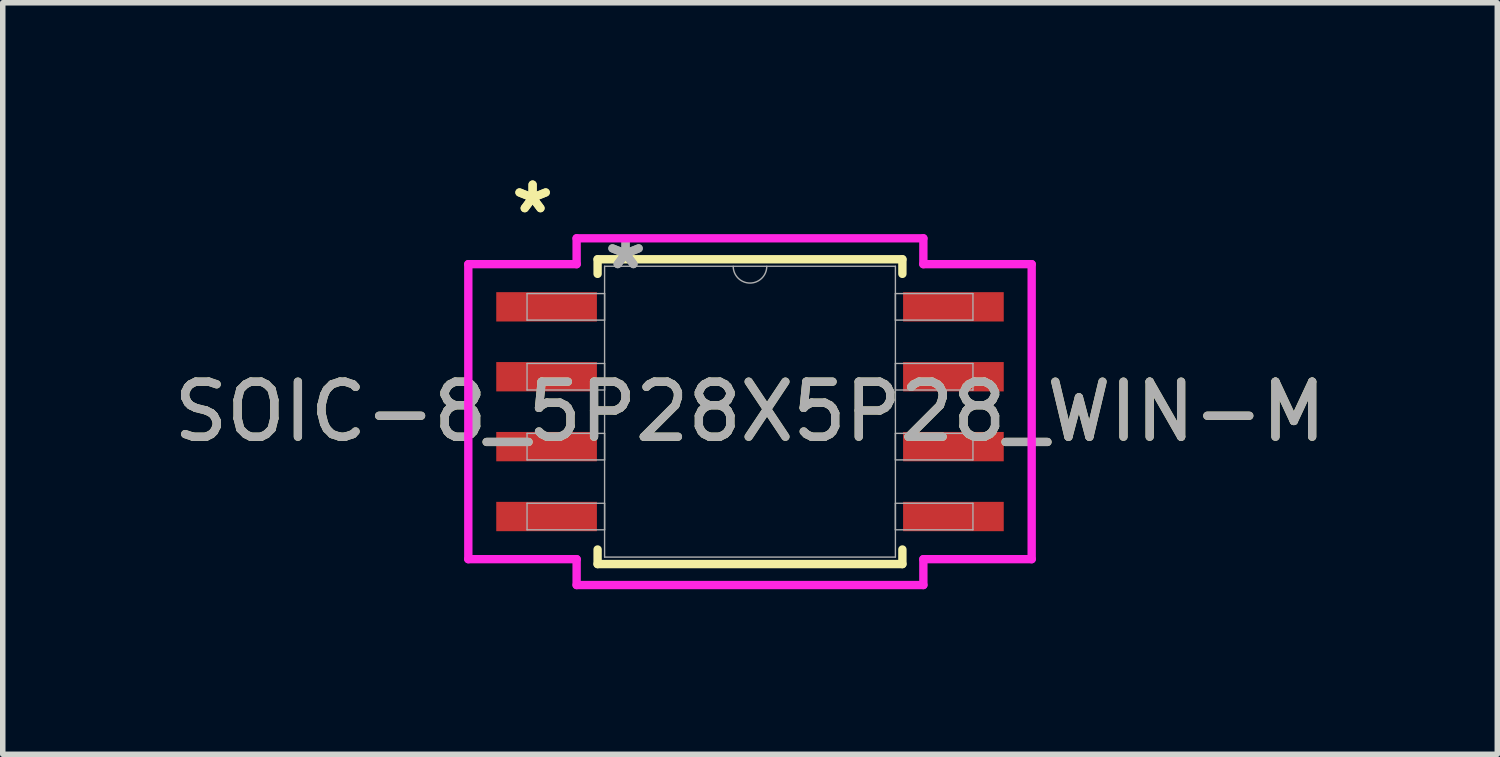
<source format=kicad_pcb>
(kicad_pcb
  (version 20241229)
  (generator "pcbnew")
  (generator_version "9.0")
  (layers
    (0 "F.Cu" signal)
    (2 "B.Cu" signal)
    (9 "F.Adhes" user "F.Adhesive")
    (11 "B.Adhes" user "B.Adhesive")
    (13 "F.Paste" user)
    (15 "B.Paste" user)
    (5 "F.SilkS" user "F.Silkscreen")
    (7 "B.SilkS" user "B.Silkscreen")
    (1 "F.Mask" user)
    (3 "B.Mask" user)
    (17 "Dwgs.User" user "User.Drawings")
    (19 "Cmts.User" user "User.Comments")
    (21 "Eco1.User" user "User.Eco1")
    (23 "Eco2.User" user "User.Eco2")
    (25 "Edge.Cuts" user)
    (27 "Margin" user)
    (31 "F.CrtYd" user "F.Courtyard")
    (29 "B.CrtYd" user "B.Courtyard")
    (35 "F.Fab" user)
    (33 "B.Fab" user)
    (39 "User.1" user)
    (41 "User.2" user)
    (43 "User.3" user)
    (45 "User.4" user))
  (footprint "SOIC-8_5P28X5P28_WIN-M"
    (layer "F.Cu")
    (at 10.577 4.43)
    (property "Reference" "SOIC-8_5P28X5P28_WIN-M" (at 0 0 0) (unlocked yes) (layer "F.SilkS") (effects (font (size 1 1) (thickness 0.15))))
    (attr smd)
    (fp_line (start -2.769 -2.769) (end -2.769 -2.504) (stroke (width 0.152) (type solid)) (layer "F.SilkS"))
    (fp_line (start -2.769 2.504) (end -2.769 2.769) (stroke (width 0.152) (type solid)) (layer "F.SilkS"))
    (fp_line (start -2.769 2.769) (end 2.769 2.769) (stroke (width 0.152) (type solid)) (layer "F.SilkS"))
    (fp_line (start 2.769 -2.769) (end -2.769 -2.769) (stroke (width 0.152) (type solid)) (layer "F.SilkS"))
    (fp_line (start 2.769 -2.504) (end 2.769 -2.769) (stroke (width 0.152) (type solid)) (layer "F.SilkS"))
    (fp_line (start 2.769 2.769) (end 2.769 2.504) (stroke (width 0.152) (type solid)) (layer "F.SilkS"))
    (fp_line (start -5.118 -2.68) (end -3.15 -2.68) (stroke (width 0.152) (type solid)) (layer "F.CrtYd"))
    (fp_line (start -5.118 2.68) (end -5.118 -2.68) (stroke (width 0.152) (type solid)) (layer "F.CrtYd"))
    (fp_line (start -5.118 2.68) (end -3.15 2.68) (stroke (width 0.152) (type solid)) (layer "F.CrtYd"))
    (fp_line (start -3.15 -3.15) (end 3.15 -3.15) (stroke (width 0.152) (type solid)) (layer "F.CrtYd"))
    (fp_line (start -3.15 -2.68) (end -3.15 -3.15) (stroke (width 0.152) (type solid)) (layer "F.CrtYd"))
    (fp_line (start -3.15 3.15) (end -3.15 2.68) (stroke (width 0.152) (type solid)) (layer "F.CrtYd"))
    (fp_line (start 3.15 -3.15) (end 3.15 -2.68) (stroke (width 0.152) (type solid)) (layer "F.CrtYd"))
    (fp_line (start 3.15 2.68) (end 3.15 3.15) (stroke (width 0.152) (type solid)) (layer "F.CrtYd"))
    (fp_line (start 3.15 3.15) (end -3.15 3.15) (stroke (width 0.152) (type solid)) (layer "F.CrtYd"))
    (fp_line (start 5.118 -2.68) (end 3.15 -2.68) (stroke (width 0.152) (type solid)) (layer "F.CrtYd"))
    (fp_line (start 5.118 -2.68) (end 5.118 2.68) (stroke (width 0.152) (type solid)) (layer "F.CrtYd"))
    (fp_line (start 5.118 2.68) (end 3.15 2.68) (stroke (width 0.152) (type solid)) (layer "F.CrtYd"))
    (fp_line (start -4.051 -2.146) (end -4.051 -1.664) (stroke (width 0.025) (type solid)) (layer "F.Fab"))
    (fp_line (start -4.051 -1.664) (end -2.642 -1.664) (stroke (width 0.025) (type solid)) (layer "F.Fab"))
    (fp_line (start -4.051 -0.876) (end -4.051 -0.394) (stroke (width 0.025) (type solid)) (layer "F.Fab"))
    (fp_line (start -4.051 -0.394) (end -2.642 -0.394) (stroke (width 0.025) (type solid)) (layer "F.Fab"))
    (fp_line (start -4.051 0.394) (end -4.051 0.876) (stroke (width 0.025) (type solid)) (layer "F.Fab"))
    (fp_line (start -4.051 0.876) (end -2.642 0.876) (stroke (width 0.025) (type solid)) (layer "F.Fab"))
    (fp_line (start -4.051 1.664) (end -4.051 2.146) (stroke (width 0.025) (type solid)) (layer "F.Fab"))
    (fp_line (start -4.051 2.146) (end -2.642 2.146) (stroke (width 0.025) (type solid)) (layer "F.Fab"))
    (fp_line (start -2.642 -2.642) (end -2.642 2.642) (stroke (width 0.025) (type solid)) (layer "F.Fab"))
    (fp_line (start -2.642 -2.146) (end -4.051 -2.146) (stroke (width 0.025) (type solid)) (layer "F.Fab"))
    (fp_line (start -2.642 -1.664) (end -2.642 -2.146) (stroke (width 0.025) (type solid)) (layer "F.Fab"))
    (fp_line (start -2.642 -0.876) (end -4.051 -0.876) (stroke (width 0.025) (type solid)) (layer "F.Fab"))
    (fp_line (start -2.642 -0.394) (end -2.642 -0.876) (stroke (width 0.025) (type solid)) (layer "F.Fab"))
    (fp_line (start -2.642 0.394) (end -4.051 0.394) (stroke (width 0.025) (type solid)) (layer "F.Fab"))
    (fp_line (start -2.642 0.876) (end -2.642 0.394) (stroke (width 0.025) (type solid)) (layer "F.Fab"))
    (fp_line (start -2.642 1.664) (end -4.051 1.664) (stroke (width 0.025) (type solid)) (layer "F.Fab"))
    (fp_line (start -2.642 2.146) (end -2.642 1.664) (stroke (width 0.025) (type solid)) (layer "F.Fab"))
    (fp_line (start -2.642 2.642) (end 2.642 2.642) (stroke (width 0.025) (type solid)) (layer "F.Fab"))
    (fp_line (start 2.642 -2.642) (end -2.642 -2.642) (stroke (width 0.025) (type solid)) (layer "F.Fab"))
    (fp_line (start 2.642 -2.146) (end 2.642 -1.664) (stroke (width 0.025) (type solid)) (layer "F.Fab"))
    (fp_line (start 2.642 -1.664) (end 4.051 -1.664) (stroke (width 0.025) (type solid)) (layer "F.Fab"))
    (fp_line (start 2.642 -0.876) (end 2.642 -0.394) (stroke (width 0.025) (type solid)) (layer "F.Fab"))
    (fp_line (start 2.642 -0.394) (end 4.051 -0.394) (stroke (width 0.025) (type solid)) (layer "F.Fab"))
    (fp_line (start 2.642 0.394) (end 2.642 0.876) (stroke (width 0.025) (type solid)) (layer "F.Fab"))
    (fp_line (start 2.642 0.876) (end 4.051 0.876) (stroke (width 0.025) (type solid)) (layer "F.Fab"))
    (fp_line (start 2.642 1.664) (end 2.642 2.146) (stroke (width 0.025) (type solid)) (layer "F.Fab"))
    (fp_line (start 2.642 2.146) (end 4.051 2.146) (stroke (width 0.025) (type solid)) (layer "F.Fab"))
    (fp_line (start 2.642 2.642) (end 2.642 -2.642) (stroke (width 0.025) (type solid)) (layer "F.Fab"))
    (fp_line (start 4.051 -2.146) (end 2.642 -2.146) (stroke (width 0.025) (type solid)) (layer "F.Fab"))
    (fp_line (start 4.051 -1.664) (end 4.051 -2.146) (stroke (width 0.025) (type solid)) (layer "F.Fab"))
    (fp_line (start 4.051 -0.876) (end 2.642 -0.876) (stroke (width 0.025) (type solid)) (layer "F.Fab"))
    (fp_line (start 4.051 -0.394) (end 4.051 -0.876) (stroke (width 0.025) (type solid)) (layer "F.Fab"))
    (fp_line (start 4.051 0.394) (end 2.642 0.394) (stroke (width 0.025) (type solid)) (layer "F.Fab"))
    (fp_line (start 4.051 0.876) (end 4.051 0.394) (stroke (width 0.025) (type solid)) (layer "F.Fab"))
    (fp_line (start 4.051 1.664) (end 2.642 1.664) (stroke (width 0.025) (type solid)) (layer "F.Fab"))
    (fp_line (start 4.051 2.146) (end 4.051 1.664) (stroke (width 0.025) (type solid)) (layer "F.Fab"))
    (fp_arc (start 0.3048 -2.6416) (mid 0 -2.3368) (end -0.3048 -2.6416) (stroke (width 0.0254) (type solid)) (layer "F.Fab"))
    (fp_text user "*" (at -3.95 -3.581 0) (layer "F.SilkS") (effects (font (size 1 1) (thickness 0.15))))
    (fp_text user "*" (at -3.95 -3.581 0) (unlocked yes) (layer "F.SilkS") (effects (font (size 1 1) (thickness 0.15))))
    (fp_text user "*" (at -2.261 -2.565 0) (unlocked yes) (layer "F.Fab") (effects (font (size 1 1) (thickness 0.15))))
    (fp_text user "${REFERENCE}" (at 0 0 0) (unlocked yes) (layer "F.Fab") (effects (font (size 1 1) (thickness 0.15))))
    (fp_text user "*" (at -2.261 -2.565 0) (layer "F.Fab") (effects (font (size 1 1) (thickness 0.15))))
    (pad "1" smd rect (at -3.696 -1.905) (size 1.829 0.533) (layers "F.Cu" "F.Mask" "F.Paste"))
    (pad "2" smd rect (at -3.696 -0.635) (size 1.829 0.533) (layers "F.Cu" "F.Mask" "F.Paste"))
    (pad "3" smd rect (at -3.696 0.635) (size 1.829 0.533) (layers "F.Cu" "F.Mask" "F.Paste"))
    (pad "4" smd rect (at -3.696 1.905) (size 1.829 0.533) (layers "F.Cu" "F.Mask" "F.Paste"))
    (pad "5" smd rect (at 3.696 1.905) (size 1.829 0.533) (layers "F.Cu" "F.Mask" "F.Paste"))
    (pad "6" smd rect (at 3.696 0.635) (size 1.829 0.533) (layers "F.Cu" "F.Mask" "F.Paste"))
    (pad "7" smd rect (at 3.696 -0.635) (size 1.829 0.533) (layers "F.Cu" "F.Mask" "F.Paste"))
    (pad "8" smd rect (at 3.696 -1.905) (size 1.829 0.533) (layers "F.Cu" "F.Mask" "F.Paste")))
  (gr_rect
    (start -3 -3)
    (end 24.155 10.655)
    (stroke (width 0.1) (type default))
    (fill no)
    (layer "Edge.Cuts")))
</source>
